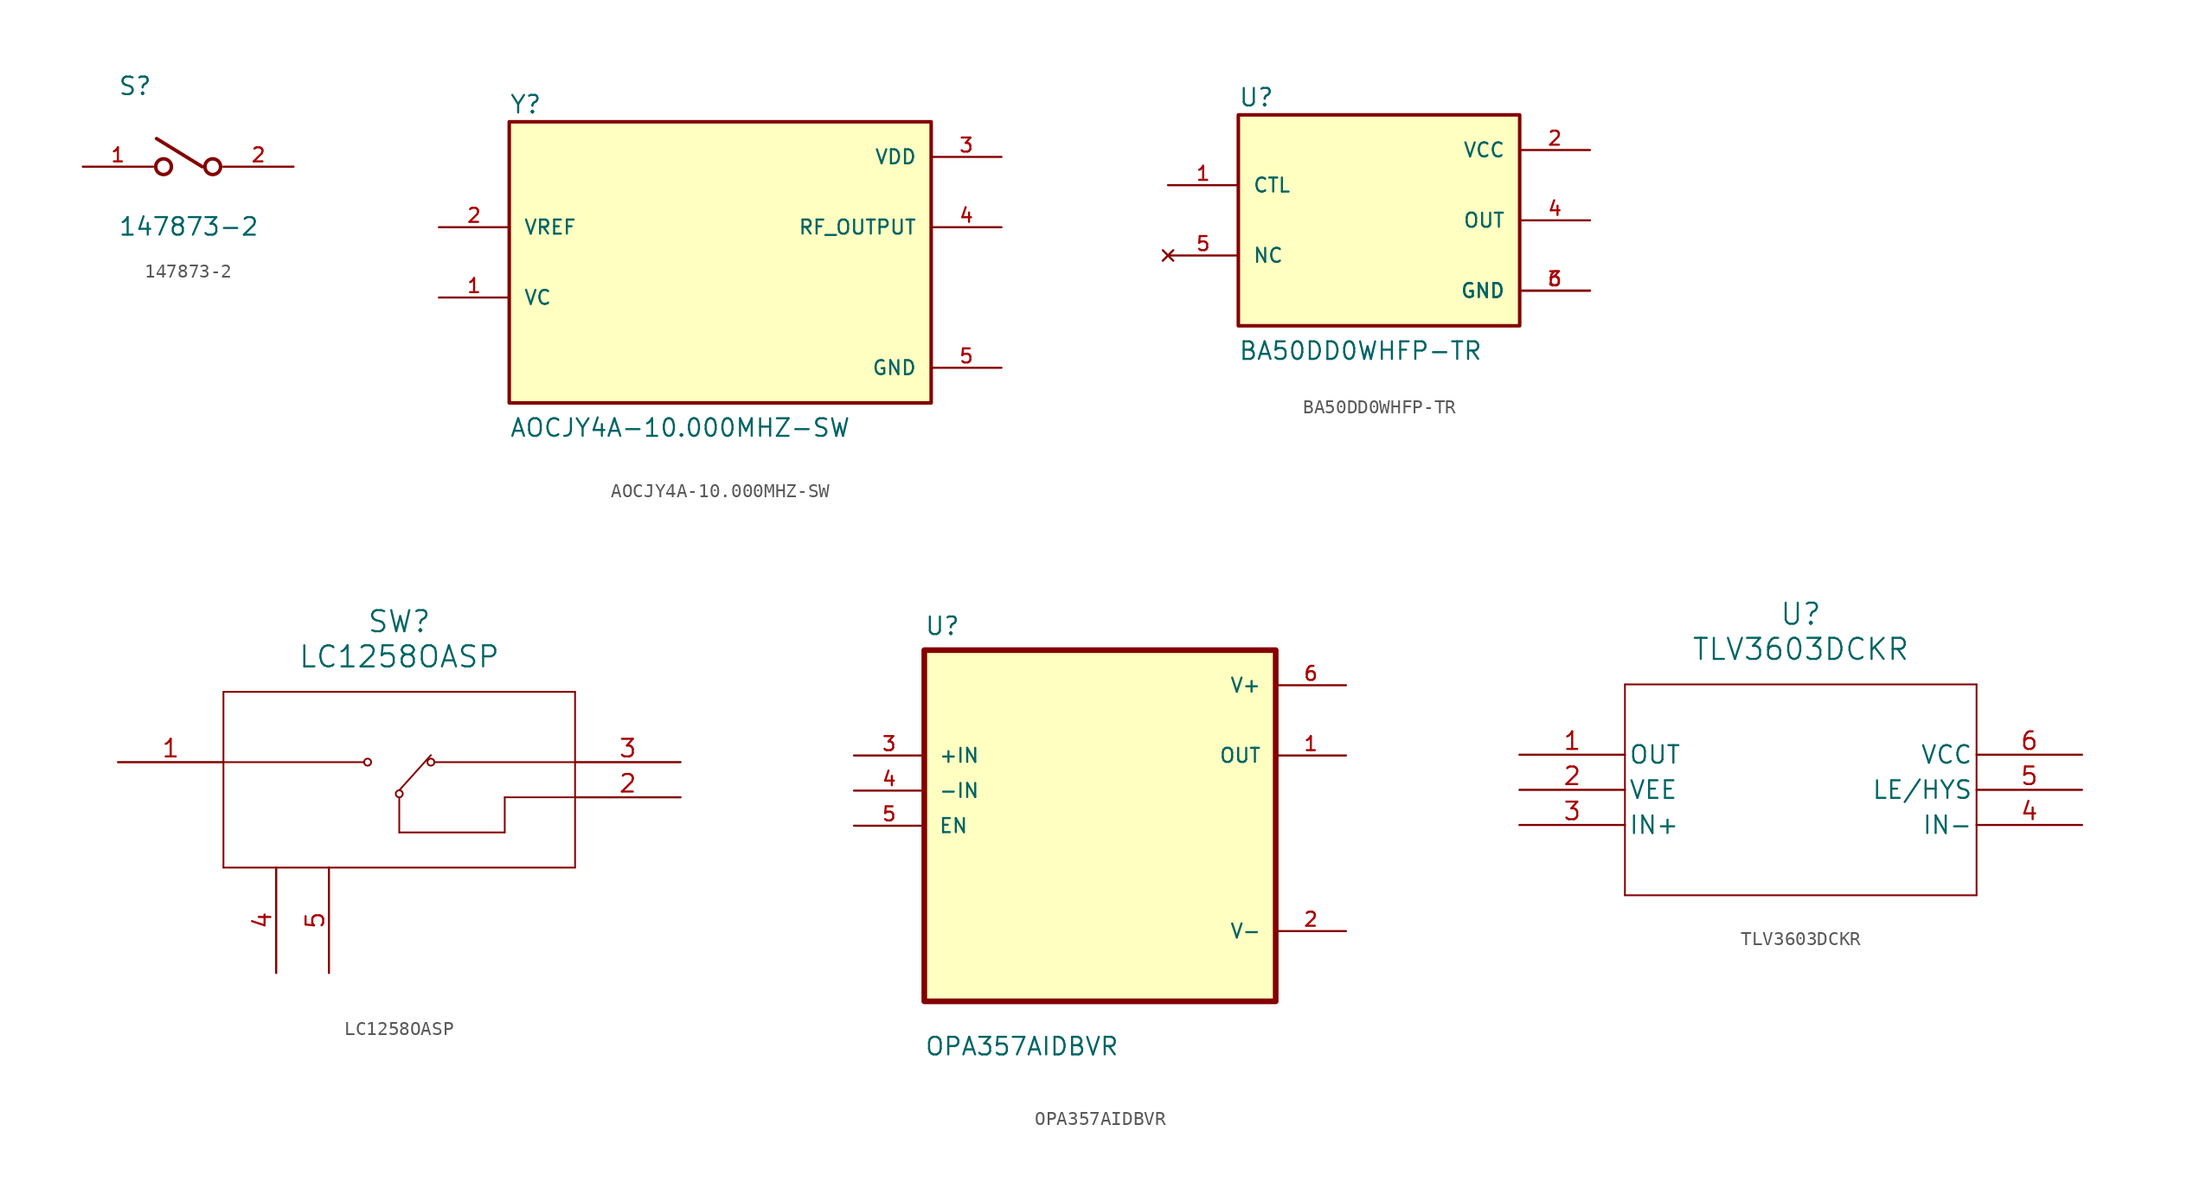
<source format=kicad_sym>
(kicad_symbol_lib
  (version 20220914)
  (generator kicad_symbol_editor)
  (symbol "147873-2"
    (pin_names
      (offset 1.016))
    (property "Reference" "S"
      (at -5.084 5.084 0)
      (effects (font (size 1.27 1.27)) (justify left bottom)))
    (property "Value" "147873-2"
      (at -5.08 -5.08 0)
      (effects (font (size 1.27 1.27)) (justify left bottom)))
    (symbol "147873-2_0_0"
      (circle (center -1.778 0) (radius 0.568) (stroke (width 0.254) (type default)) (fill (type none)))
      (polyline (pts (xy 1.016 0) (xy -2.286 2.032)) (stroke (width 0.254) (type default)) (fill (type none)))
      (circle (center 1.778 0) (radius 0.568) (stroke (width 0.254) (type default)) (fill (type none)))
      (pin passive line (at -7.62 0 0) (length 5.08) (name "~" (effects (font (size 1.016 1.016)))) (number "1" (effects (font (size 1.016 1.016)))))
      (pin passive line (at 7.62 0 180) (length 5.08) (name "~" (effects (font (size 1.016 1.016)))) (number "2" (effects (font (size 1.016 1.016)))))))
  (symbol "AOCJY4A-10.000MHZ-SW"
    (pin_names
      (offset 1.016))
    (property "Reference" "Y"
      (at -15.24 10.668 0)
      (effects (font (size 1.27 1.27)) (justify left bottom)))
    (property "Value" "AOCJY4A-10.000MHZ-SW"
      (at -15.24 -12.7 0)
      (effects (font (size 1.27 1.27)) (justify left bottom)))
    (symbol "AOCJY4A-10.000MHZ-SW_0_0"
      (rectangle (start -15.24 -10.16) (end 15.24 10.16) (stroke (width 0.254) (type default)) (fill (type background)))
      (pin input line (at -20.32 -2.54 0) (length 5.08) (name "VC" (effects (font (size 1.016 1.016)))) (number "1" (effects (font (size 1.016 1.016)))))
      (pin input line (at -20.32 2.54 0) (length 5.08) (name "VREF" (effects (font (size 1.016 1.016)))) (number "2" (effects (font (size 1.016 1.016)))))
      (pin power_in line (at 20.32 7.62 180) (length 5.08) (name "VDD" (effects (font (size 1.016 1.016)))) (number "3" (effects (font (size 1.016 1.016)))))
      (pin output line (at 20.32 2.54 180) (length 5.08) (name "RF_OUTPUT" (effects (font (size 1.016 1.016)))) (number "4" (effects (font (size 1.016 1.016)))))
      (pin power_in line (at 20.32 -7.62 180) (length 5.08) (name "GND" (effects (font (size 1.016 1.016)))) (number "5" (effects (font (size 1.016 1.016)))))))
  (symbol "BA50DD0WHFP-TR"
    (pin_names
      (offset 1.016))
    (property "Reference" "U"
      (at -10.17 8.136 0)
      (effects (font (size 1.27 1.27)) (justify left bottom)))
    (property "Value" "BA50DD0WHFP-TR"
      (at -10.176 -10.176 0)
      (effects (font (size 1.27 1.27)) (justify left bottom)))
    (symbol "BA50DD0WHFP-TR_0_0"
      (rectangle (start -10.16 -7.62) (end 10.16 7.62) (stroke (width 0.254) (type default)) (fill (type background)))
      (pin input line (at -15.24 2.54 0) (length 5.08) (name "CTL" (effects (font (size 1.016 1.016)))) (number "1" (effects (font (size 1.016 1.016)))))
      (pin power_in line (at 15.24 5.08 180) (length 5.08) (name "VCC" (effects (font (size 1.016 1.016)))) (number "2" (effects (font (size 1.016 1.016)))))
      (pin power_in line (at 15.24 -5.08 180) (length 5.08) (name "GND" (effects (font (size 1.016 1.016)))) (number "3" (effects (font (size 1.016 1.016)))))
      (pin output line (at 15.24 0 180) (length 5.08) (name "OUT" (effects (font (size 1.016 1.016)))) (number "4" (effects (font (size 1.016 1.016)))))
      (pin no_connect line (at -15.24 -2.54 0) (length 5.08) (name "NC" (effects (font (size 1.016 1.016)))) (number "5" (effects (font (size 1.016 1.016)))))
      (pin power_in line (at 15.24 -5.08 180) (length 5.08) (name "GND" (effects (font (size 1.016 1.016)))) (number "6" (effects (font (size 1.016 1.016)))))))
  (symbol "LC1258OASP"
    (pin_names
      (offset 0.254))
    (property "Reference" "SW"
      (at 20.32 10.16 0)
      (effects (font (size 1.524 1.524))))
    (property "Value" "LC1258OASP"
      (at 20.32 7.62 0)
      (effects (font (size 1.524 1.524))))
    (symbol "LC1258OASP_0_1"
      (polyline (pts (xy 7.62 -7.62) (xy 33.02 -7.62)) (stroke (width 0.127) (type default)) (fill (type none)))
      (polyline (pts (xy 7.62 0) (xy 17.78 0)) (stroke (width 0.127) (type default)) (fill (type none)))
      (polyline (pts (xy 7.62 5.08) (xy 7.62 -7.62)) (stroke (width 0.127) (type default)) (fill (type none)))
      (polyline (pts (xy 20.32 -5.08) (xy 20.32 -2.54)) (stroke (width 0.127) (type default)) (fill (type none)))
      (polyline (pts (xy 20.32 -2.032) (xy 22.606 0.508)) (stroke (width 0.127) (type default)) (fill (type none)))
      (polyline (pts (xy 22.86 0) (xy 33.02 0)) (stroke (width 0.127) (type default)) (fill (type none)))
      (polyline (pts (xy 27.94 -5.08) (xy 20.32 -5.08)) (stroke (width 0.127) (type default)) (fill (type none)))
      (polyline (pts (xy 27.94 -2.54) (xy 27.94 -5.08)) (stroke (width 0.127) (type default)) (fill (type none)))
      (polyline (pts (xy 33.02 -7.62) (xy 33.02 5.08)) (stroke (width 0.127) (type default)) (fill (type none)))
      (polyline (pts (xy 33.02 -2.54) (xy 27.94 -2.54)) (stroke (width 0.127) (type default)) (fill (type none)))
      (polyline (pts (xy 33.02 5.08) (xy 7.62 5.08)) (stroke (width 0.127) (type default)) (fill (type none)))
      (circle (center 18.034 0) (radius 0.254) (stroke (width 0.127) (type default)) (fill (type none)))
      (circle (center 20.32 -2.286) (radius 0.254) (stroke (width 0.127) (type default)) (fill (type none)))
      (circle (center 22.606 0) (radius 0.254) (stroke (width 0.127) (type default)) (fill (type none)))
      (pin passive line (at 0 0 0) (length 7.62) (name "" (effects (font (size 1.27 1.27)))) (number "1" (effects (font (size 1.27 1.27)))))
      (pin passive line (at 40.64 0 180) (length 7.62) (name "" (effects (font (size 1.27 1.27)))) (number "3" (effects (font (size 1.27 1.27))))))
    (symbol "LC1258OASP_1_0"
      (pin passive line (at 11.43 -15.24 90) (length 7.62) (name "" (effects (font (size 1.27 1.27)))) (number "4" (effects (font (size 1.27 1.27)))))
      (pin passive line (at 15.24 -15.24 90) (length 7.62) (name "" (effects (font (size 1.27 1.27)))) (number "5" (effects (font (size 1.27 1.27))))))
    (symbol "LC1258OASP_1_1"
      (pin passive line (at 40.64 -2.54 180) (length 7.62) (name "" (effects (font (size 1.27 1.27)))) (number "2" (effects (font (size 1.27 1.27)))))))
  (symbol "OPA357AIDBVR"
    (pin_names
      (offset 1.016))
    (property "Reference" "U"
      (at -12.7 13.7 0)
      (effects (font (size 1.27 1.27)) (justify left bottom)))
    (property "Value" "OPA357AIDBVR"
      (at -12.7 -16.7 0)
      (effects (font (size 1.27 1.27)) (justify left bottom)))
    (symbol "OPA357AIDBVR_0_0"
      (rectangle (start -12.7 -12.7) (end 12.7 12.7) (stroke (width 0.41) (type default)) (fill (type background)))
      (pin output line (at 17.78 5.08 180) (length 5.08) (name "OUT" (effects (font (size 1.016 1.016)))) (number "1" (effects (font (size 1.016 1.016)))))
      (pin power_in line (at 17.78 -7.62 180) (length 5.08) (name "V-" (effects (font (size 1.016 1.016)))) (number "2" (effects (font (size 1.016 1.016)))))
      (pin input line (at -17.78 5.08 0) (length 5.08) (name "+IN" (effects (font (size 1.016 1.016)))) (number "3" (effects (font (size 1.016 1.016)))))
      (pin input line (at -17.78 2.54 0) (length 5.08) (name "-IN" (effects (font (size 1.016 1.016)))) (number "4" (effects (font (size 1.016 1.016)))))
      (pin input line (at -17.78 0 0) (length 5.08) (name "EN" (effects (font (size 1.016 1.016)))) (number "5" (effects (font (size 1.016 1.016)))))
      (pin power_in line (at 17.78 10.16 180) (length 5.08) (name "V+" (effects (font (size 1.016 1.016)))) (number "6" (effects (font (size 1.016 1.016)))))))
  (symbol "TLV3603DCKR"
    (pin_names
      (offset 0.254))
    (property "Reference" "U"
      (at 20.32 10.16 0)
      (effects (font (size 1.524 1.524))))
    (property "Value" "TLV3603DCKR"
      (at 20.32 7.62 0)
      (effects (font (size 1.524 1.524))))
    (property "ki_locked" ""
      (at 0 0 0)
      (effects (font (size 1.27 1.27))))
    (symbol "TLV3603DCKR_0_1"
      (polyline (pts (xy 7.62 -10.16) (xy 33.02 -10.16)) (stroke (width 0.127) (type default)) (fill (type none)))
      (polyline (pts (xy 7.62 5.08) (xy 7.62 -10.16)) (stroke (width 0.127) (type default)) (fill (type none)))
      (polyline (pts (xy 33.02 -10.16) (xy 33.02 5.08)) (stroke (width 0.127) (type default)) (fill (type none)))
      (polyline (pts (xy 33.02 5.08) (xy 7.62 5.08)) (stroke (width 0.127) (type default)) (fill (type none)))
      (pin output line (at 0 0 0) (length 7.62) (name "OUT" (effects (font (size 1.27 1.27)))) (number "1" (effects (font (size 1.27 1.27)))))
      (pin power_in line (at 0 -2.54 0) (length 7.62) (name "VEE" (effects (font (size 1.27 1.27)))) (number "2" (effects (font (size 1.27 1.27)))))
      (pin input line (at 0 -5.08 0) (length 7.62) (name "IN+" (effects (font (size 1.27 1.27)))) (number "3" (effects (font (size 1.27 1.27)))))
      (pin input line (at 40.64 -5.08 180) (length 7.62) (name "IN-" (effects (font (size 1.27 1.27)))) (number "4" (effects (font (size 1.27 1.27)))))
      (pin input line (at 40.64 -2.54 180) (length 7.62) (name "LE/HYS" (effects (font (size 1.27 1.27)))) (number "5" (effects (font (size 1.27 1.27)))))
      (pin power_in line (at 40.64 0 180) (length 7.62) (name "VCC" (effects (font (size 1.27 1.27)))) (number "6" (effects (font (size 1.27 1.27))))))))
</source>
